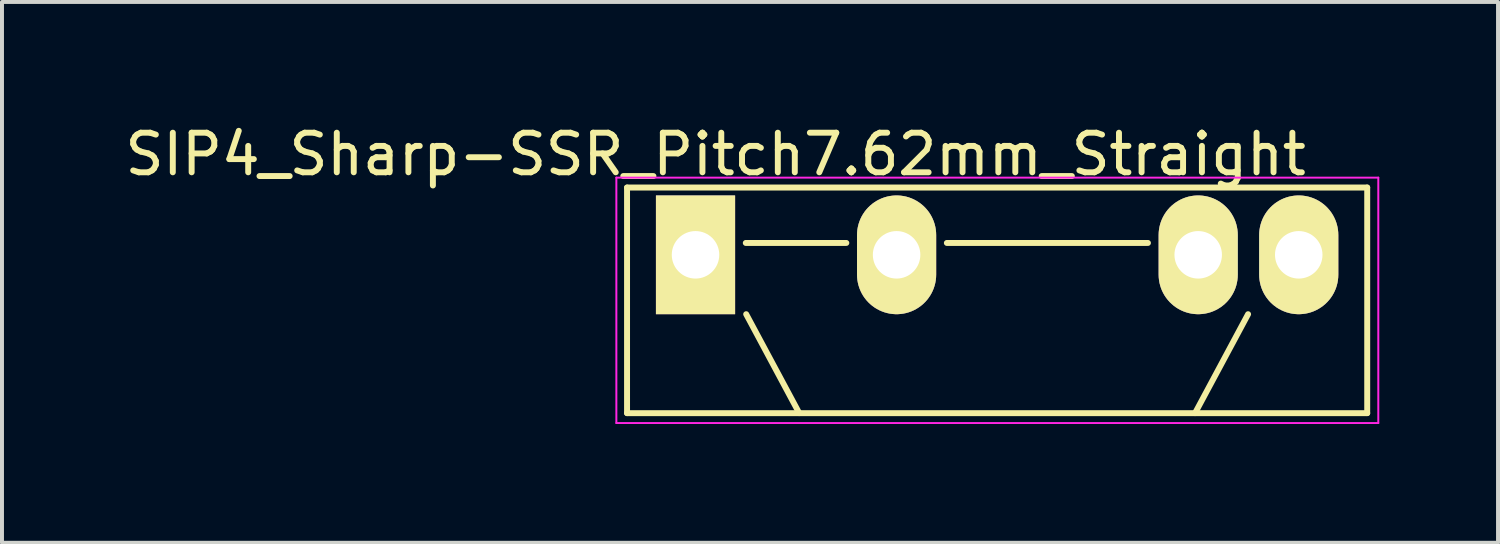
<source format=kicad_pcb>
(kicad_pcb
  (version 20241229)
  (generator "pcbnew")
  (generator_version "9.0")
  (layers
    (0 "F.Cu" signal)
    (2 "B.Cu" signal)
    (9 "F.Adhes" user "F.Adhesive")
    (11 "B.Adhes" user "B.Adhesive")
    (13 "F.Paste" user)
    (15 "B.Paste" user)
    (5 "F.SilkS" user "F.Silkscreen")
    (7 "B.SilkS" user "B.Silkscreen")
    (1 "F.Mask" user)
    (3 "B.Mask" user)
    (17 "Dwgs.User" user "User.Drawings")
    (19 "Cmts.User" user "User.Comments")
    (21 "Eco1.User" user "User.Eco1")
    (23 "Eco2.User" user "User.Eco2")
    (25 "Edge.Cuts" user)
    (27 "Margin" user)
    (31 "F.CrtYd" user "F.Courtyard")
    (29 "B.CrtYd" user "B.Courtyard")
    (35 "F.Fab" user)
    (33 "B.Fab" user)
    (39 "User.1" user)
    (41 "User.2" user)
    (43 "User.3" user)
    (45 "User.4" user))
  (footprint "SIP4_Sharp-SSR_Pitch7.62mm_Straight"
    (layer "F.Cu")
    (at 14.522 3.388)
    (property "Reference" "SIP4_Sharp-SSR_Pitch7.62mm_Straight" (at 0.508 -2.54 0) (layer "F.SilkS") (effects (font (size 1 1) (thickness 0.15))))
    (attr through_hole)
    (fp_line (start -1.73 -1.7) (end 16.97 -1.7) (stroke (width 0.15) (type solid)) (layer "F.SilkS"))
    (fp_line (start -1.73 4) (end -1.73 -1.7) (stroke (width 0.15) (type solid)) (layer "F.SilkS"))
    (fp_line (start 1.27 -0.3) (end 3.81 -0.3) (stroke (width 0.15) (type solid)) (layer "F.SilkS"))
    (fp_line (start 2.62 4) (end 1.28 1.5) (stroke (width 0.15) (type solid)) (layer "F.SilkS"))
    (fp_line (start 6.35 -0.3) (end 11.43 -0.3) (stroke (width 0.15) (type solid)) (layer "F.SilkS"))
    (fp_line (start 12.62 4) (end 13.96 1.5) (stroke (width 0.15) (type solid)) (layer "F.SilkS"))
    (fp_line (start 16.97 -1.7) (end 16.97 4) (stroke (width 0.15) (type solid)) (layer "F.SilkS"))
    (fp_line (start 16.97 4) (end -1.73 4) (stroke (width 0.15) (type solid)) (layer "F.SilkS"))
    (fp_line (start -2 -1.95) (end 17.25 -1.95) (stroke (width 0.05) (type solid)) (layer "F.CrtYd"))
    (fp_line (start -2 4.25) (end -2 -1.95) (stroke (width 0.05) (type solid)) (layer "F.CrtYd"))
    (fp_line (start 17.25 -1.95) (end 17.25 4.25) (stroke (width 0.05) (type solid)) (layer "F.CrtYd"))
    (fp_line (start 17.25 4.25) (end -2 4.25) (stroke (width 0.05) (type solid)) (layer "F.CrtYd"))
    (pad "1" thru_hole rect (at 0 0) (size 2 3) (drill 1.2) (layers "*.Cu" "*.Mask" "F.SilkS"))
    (pad "2" thru_hole oval (at 5.08 0) (size 2 3) (drill 1.2) (layers "*.Cu" "*.Mask" "F.SilkS"))
    (pad "3" thru_hole oval (at 12.7 0) (size 2 3) (drill 1.2) (layers "*.Cu" "*.Mask" "F.SilkS"))
    (pad "4" thru_hole oval (at 15.24 0) (size 2 3) (drill 1.2) (layers "*.Cu" "*.Mask" "F.SilkS")))
  (gr_rect
    (start -3 -3)
    (end 34.797 10.663)
    (stroke (width 0.1) (type default))
    (fill no)
    (layer "Edge.Cuts")))
</source>
